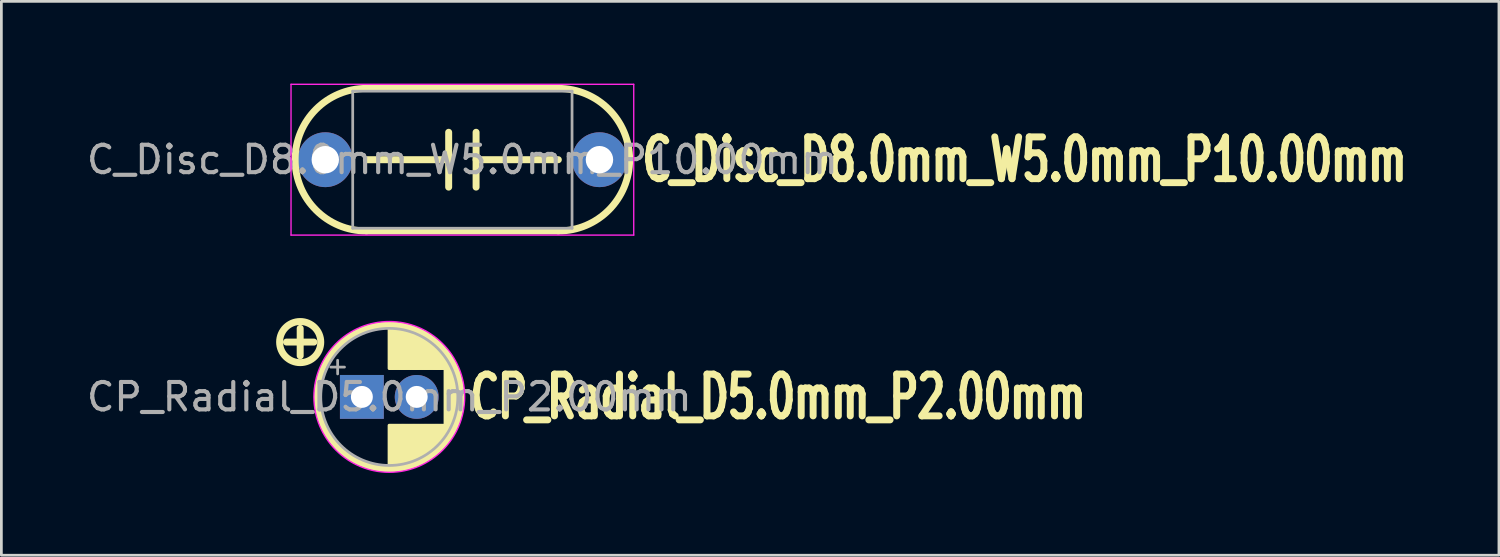
<source format=kicad_pcb>
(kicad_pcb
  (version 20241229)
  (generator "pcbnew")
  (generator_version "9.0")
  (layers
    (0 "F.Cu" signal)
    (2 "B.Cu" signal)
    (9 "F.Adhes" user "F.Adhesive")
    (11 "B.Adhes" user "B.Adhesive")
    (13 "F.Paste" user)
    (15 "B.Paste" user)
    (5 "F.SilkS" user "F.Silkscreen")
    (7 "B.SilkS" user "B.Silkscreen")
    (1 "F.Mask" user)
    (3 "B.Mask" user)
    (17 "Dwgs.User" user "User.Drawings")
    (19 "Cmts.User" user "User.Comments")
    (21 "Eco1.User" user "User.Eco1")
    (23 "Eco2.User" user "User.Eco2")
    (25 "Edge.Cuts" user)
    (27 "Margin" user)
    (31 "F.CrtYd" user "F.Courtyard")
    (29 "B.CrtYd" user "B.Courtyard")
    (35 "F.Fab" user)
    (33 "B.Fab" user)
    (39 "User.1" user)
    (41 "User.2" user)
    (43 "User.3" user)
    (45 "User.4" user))
  (footprint "CP_Radial_D5.0mm_P2.00mm"
    (layer "F.Cu")
    (at 10.149 11.427)
    (property "Reference" "CP_Radial_D5.0mm_P2.00mm" (at 3.81 0 0) (layer "F.SilkS") (effects (font (size 1.524 1.016) (thickness 0.254)) (justify left)))
    (attr through_hole)
    (fp_line (start -2.25 -2.5) (end -2.25 -1.5) (stroke (width 0.254) (type solid)) (layer "F.SilkS"))
    (fp_line (start -1.75 -2) (end -2.75 -2) (stroke (width 0.254) (type solid)) (layer "F.SilkS"))
    (fp_line (start 1 -2.58) (end 1 -1.04) (stroke (width 0.12) (type solid)) (layer "F.SilkS"))
    (fp_line (start 1 1.04) (end 1 2.58) (stroke (width 0.12) (type solid)) (layer "F.SilkS"))
    (fp_line (start 1.04 -2.58) (end 1.04 -1.04) (stroke (width 0.12) (type solid)) (layer "F.SilkS"))
    (fp_line (start 1.04 1.04) (end 1.04 2.58) (stroke (width 0.12) (type solid)) (layer "F.SilkS"))
    (fp_line (start 1.08 -2.579) (end 1.08 -1.04) (stroke (width 0.12) (type solid)) (layer "F.SilkS"))
    (fp_line (start 1.08 1.04) (end 1.08 2.579) (stroke (width 0.12) (type solid)) (layer "F.SilkS"))
    (fp_line (start 1.12 -2.578) (end 1.12 -1.04) (stroke (width 0.12) (type solid)) (layer "F.SilkS"))
    (fp_line (start 1.12 1.04) (end 1.12 2.578) (stroke (width 0.12) (type solid)) (layer "F.SilkS"))
    (fp_line (start 1.16 -2.576) (end 1.16 -1.04) (stroke (width 0.12) (type solid)) (layer "F.SilkS"))
    (fp_line (start 1.16 1.04) (end 1.16 2.576) (stroke (width 0.12) (type solid)) (layer "F.SilkS"))
    (fp_line (start 1.2 -2.573) (end 1.2 -1.04) (stroke (width 0.12) (type solid)) (layer "F.SilkS"))
    (fp_line (start 1.2 1.04) (end 1.2 2.573) (stroke (width 0.12) (type solid)) (layer "F.SilkS"))
    (fp_line (start 1.24 -2.569) (end 1.24 -1.04) (stroke (width 0.12) (type solid)) (layer "F.SilkS"))
    (fp_line (start 1.24 1.04) (end 1.24 2.569) (stroke (width 0.12) (type solid)) (layer "F.SilkS"))
    (fp_line (start 1.28 -2.565) (end 1.28 -1.04) (stroke (width 0.12) (type solid)) (layer "F.SilkS"))
    (fp_line (start 1.28 1.04) (end 1.28 2.565) (stroke (width 0.12) (type solid)) (layer "F.SilkS"))
    (fp_line (start 1.32 -2.561) (end 1.32 -1.04) (stroke (width 0.12) (type solid)) (layer "F.SilkS"))
    (fp_line (start 1.32 1.04) (end 1.32 2.561) (stroke (width 0.12) (type solid)) (layer "F.SilkS"))
    (fp_line (start 1.36 -2.556) (end 1.36 -1.04) (stroke (width 0.12) (type solid)) (layer "F.SilkS"))
    (fp_line (start 1.36 1.04) (end 1.36 2.556) (stroke (width 0.12) (type solid)) (layer "F.SilkS"))
    (fp_line (start 1.4 -2.55) (end 1.4 -1.04) (stroke (width 0.12) (type solid)) (layer "F.SilkS"))
    (fp_line (start 1.4 1.04) (end 1.4 2.55) (stroke (width 0.12) (type solid)) (layer "F.SilkS"))
    (fp_line (start 1.44 -2.543) (end 1.44 -1.04) (stroke (width 0.12) (type solid)) (layer "F.SilkS"))
    (fp_line (start 1.44 1.04) (end 1.44 2.543) (stroke (width 0.12) (type solid)) (layer "F.SilkS"))
    (fp_line (start 1.48 -2.536) (end 1.48 -1.04) (stroke (width 0.12) (type solid)) (layer "F.SilkS"))
    (fp_line (start 1.48 1.04) (end 1.48 2.536) (stroke (width 0.12) (type solid)) (layer "F.SilkS"))
    (fp_line (start 1.52 -2.528) (end 1.52 -1.04) (stroke (width 0.12) (type solid)) (layer "F.SilkS"))
    (fp_line (start 1.52 1.04) (end 1.52 2.528) (stroke (width 0.12) (type solid)) (layer "F.SilkS"))
    (fp_line (start 1.56 -2.52) (end 1.56 -1.04) (stroke (width 0.12) (type solid)) (layer "F.SilkS"))
    (fp_line (start 1.56 1.04) (end 1.56 2.52) (stroke (width 0.12) (type solid)) (layer "F.SilkS"))
    (fp_line (start 1.6 -2.511) (end 1.6 -1.04) (stroke (width 0.12) (type solid)) (layer "F.SilkS"))
    (fp_line (start 1.6 1.04) (end 1.6 2.511) (stroke (width 0.12) (type solid)) (layer "F.SilkS"))
    (fp_line (start 1.64 -2.501) (end 1.64 -1.04) (stroke (width 0.12) (type solid)) (layer "F.SilkS"))
    (fp_line (start 1.64 1.04) (end 1.64 2.501) (stroke (width 0.12) (type solid)) (layer "F.SilkS"))
    (fp_line (start 1.68 -2.491) (end 1.68 -1.04) (stroke (width 0.12) (type solid)) (layer "F.SilkS"))
    (fp_line (start 1.68 1.04) (end 1.68 2.491) (stroke (width 0.12) (type solid)) (layer "F.SilkS"))
    (fp_line (start 1.721 -2.48) (end 1.721 -1.04) (stroke (width 0.12) (type solid)) (layer "F.SilkS"))
    (fp_line (start 1.721 1.04) (end 1.721 2.48) (stroke (width 0.12) (type solid)) (layer "F.SilkS"))
    (fp_line (start 1.761 -2.468) (end 1.761 -1.04) (stroke (width 0.12) (type solid)) (layer "F.SilkS"))
    (fp_line (start 1.761 1.04) (end 1.761 2.468) (stroke (width 0.12) (type solid)) (layer "F.SilkS"))
    (fp_line (start 1.801 -2.455) (end 1.801 -1.04) (stroke (width 0.12) (type solid)) (layer "F.SilkS"))
    (fp_line (start 1.801 1.04) (end 1.801 2.455) (stroke (width 0.12) (type solid)) (layer "F.SilkS"))
    (fp_line (start 1.841 -2.442) (end 1.841 -1.04) (stroke (width 0.12) (type solid)) (layer "F.SilkS"))
    (fp_line (start 1.841 1.04) (end 1.841 2.442) (stroke (width 0.12) (type solid)) (layer "F.SilkS"))
    (fp_line (start 1.881 -2.428) (end 1.881 -1.04) (stroke (width 0.12) (type solid)) (layer "F.SilkS"))
    (fp_line (start 1.881 1.04) (end 1.881 2.428) (stroke (width 0.12) (type solid)) (layer "F.SilkS"))
    (fp_line (start 1.921 -2.414) (end 1.921 -1.04) (stroke (width 0.12) (type solid)) (layer "F.SilkS"))
    (fp_line (start 1.921 1.04) (end 1.921 2.414) (stroke (width 0.12) (type solid)) (layer "F.SilkS"))
    (fp_line (start 1.961 -2.398) (end 1.961 -1.04) (stroke (width 0.12) (type solid)) (layer "F.SilkS"))
    (fp_line (start 1.961 1.04) (end 1.961 2.398) (stroke (width 0.12) (type solid)) (layer "F.SilkS"))
    (fp_line (start 2.001 -2.382) (end 2.001 -1.04) (stroke (width 0.12) (type solid)) (layer "F.SilkS"))
    (fp_line (start 2.001 1.04) (end 2.001 2.382) (stroke (width 0.12) (type solid)) (layer "F.SilkS"))
    (fp_line (start 2.041 -2.365) (end 2.041 -1.04) (stroke (width 0.12) (type solid)) (layer "F.SilkS"))
    (fp_line (start 2.041 1.04) (end 2.041 2.365) (stroke (width 0.12) (type solid)) (layer "F.SilkS"))
    (fp_line (start 2.081 -2.348) (end 2.081 -1.04) (stroke (width 0.12) (type solid)) (layer "F.SilkS"))
    (fp_line (start 2.081 1.04) (end 2.081 2.348) (stroke (width 0.12) (type solid)) (layer "F.SilkS"))
    (fp_line (start 2.121 -2.329) (end 2.121 -1.04) (stroke (width 0.12) (type solid)) (layer "F.SilkS"))
    (fp_line (start 2.121 1.04) (end 2.121 2.329) (stroke (width 0.12) (type solid)) (layer "F.SilkS"))
    (fp_line (start 2.161 -2.31) (end 2.161 -1.04) (stroke (width 0.12) (type solid)) (layer "F.SilkS"))
    (fp_line (start 2.161 1.04) (end 2.161 2.31) (stroke (width 0.12) (type solid)) (layer "F.SilkS"))
    (fp_line (start 2.201 -2.29) (end 2.201 -1.04) (stroke (width 0.12) (type solid)) (layer "F.SilkS"))
    (fp_line (start 2.201 1.04) (end 2.201 2.29) (stroke (width 0.12) (type solid)) (layer "F.SilkS"))
    (fp_line (start 2.241 -2.268) (end 2.241 -1.04) (stroke (width 0.12) (type solid)) (layer "F.SilkS"))
    (fp_line (start 2.241 1.04) (end 2.241 2.268) (stroke (width 0.12) (type solid)) (layer "F.SilkS"))
    (fp_line (start 2.281 -2.247) (end 2.281 -1.04) (stroke (width 0.12) (type solid)) (layer "F.SilkS"))
    (fp_line (start 2.281 1.04) (end 2.281 2.247) (stroke (width 0.12) (type solid)) (layer "F.SilkS"))
    (fp_line (start 2.321 -2.224) (end 2.321 -1.04) (stroke (width 0.12) (type solid)) (layer "F.SilkS"))
    (fp_line (start 2.321 1.04) (end 2.321 2.224) (stroke (width 0.12) (type solid)) (layer "F.SilkS"))
    (fp_line (start 2.361 -2.2) (end 2.361 -1.04) (stroke (width 0.12) (type solid)) (layer "F.SilkS"))
    (fp_line (start 2.361 1.04) (end 2.361 2.2) (stroke (width 0.12) (type solid)) (layer "F.SilkS"))
    (fp_line (start 2.401 -2.175) (end 2.401 -1.04) (stroke (width 0.12) (type solid)) (layer "F.SilkS"))
    (fp_line (start 2.401 1.04) (end 2.401 2.175) (stroke (width 0.12) (type solid)) (layer "F.SilkS"))
    (fp_line (start 2.441 -2.149) (end 2.441 -1.04) (stroke (width 0.12) (type solid)) (layer "F.SilkS"))
    (fp_line (start 2.441 1.04) (end 2.441 2.149) (stroke (width 0.12) (type solid)) (layer "F.SilkS"))
    (fp_line (start 2.481 -2.122) (end 2.481 -1.04) (stroke (width 0.12) (type solid)) (layer "F.SilkS"))
    (fp_line (start 2.481 1.04) (end 2.481 2.122) (stroke (width 0.12) (type solid)) (layer "F.SilkS"))
    (fp_line (start 2.521 -2.095) (end 2.521 -1.04) (stroke (width 0.12) (type solid)) (layer "F.SilkS"))
    (fp_line (start 2.521 1.04) (end 2.521 2.095) (stroke (width 0.12) (type solid)) (layer "F.SilkS"))
    (fp_line (start 2.561 -2.065) (end 2.561 -1.04) (stroke (width 0.12) (type solid)) (layer "F.SilkS"))
    (fp_line (start 2.561 1.04) (end 2.561 2.065) (stroke (width 0.12) (type solid)) (layer "F.SilkS"))
    (fp_line (start 2.601 -2.035) (end 2.601 -1.04) (stroke (width 0.12) (type solid)) (layer "F.SilkS"))
    (fp_line (start 2.601 1.04) (end 2.601 2.035) (stroke (width 0.12) (type solid)) (layer "F.SilkS"))
    (fp_line (start 2.641 -2.004) (end 2.641 -1.04) (stroke (width 0.12) (type solid)) (layer "F.SilkS"))
    (fp_line (start 2.641 1.04) (end 2.641 2.004) (stroke (width 0.12) (type solid)) (layer "F.SilkS"))
    (fp_line (start 2.681 -1.971) (end 2.681 -1.04) (stroke (width 0.12) (type solid)) (layer "F.SilkS"))
    (fp_line (start 2.681 1.04) (end 2.681 1.971) (stroke (width 0.12) (type solid)) (layer "F.SilkS"))
    (fp_line (start 2.721 -1.937) (end 2.721 -1.04) (stroke (width 0.12) (type solid)) (layer "F.SilkS"))
    (fp_line (start 2.721 1.04) (end 2.721 1.937) (stroke (width 0.12) (type solid)) (layer "F.SilkS"))
    (fp_line (start 2.761 -1.901) (end 2.761 -1.04) (stroke (width 0.12) (type solid)) (layer "F.SilkS"))
    (fp_line (start 2.761 1.04) (end 2.761 1.901) (stroke (width 0.12) (type solid)) (layer "F.SilkS"))
    (fp_line (start 2.801 -1.864) (end 2.801 -1.04) (stroke (width 0.12) (type solid)) (layer "F.SilkS"))
    (fp_line (start 2.801 1.04) (end 2.801 1.864) (stroke (width 0.12) (type solid)) (layer "F.SilkS"))
    (fp_line (start 2.841 -1.826) (end 2.841 -1.04) (stroke (width 0.12) (type solid)) (layer "F.SilkS"))
    (fp_line (start 2.841 1.04) (end 2.841 1.826) (stroke (width 0.12) (type solid)) (layer "F.SilkS"))
    (fp_line (start 2.881 -1.785) (end 2.881 -1.04) (stroke (width 0.12) (type solid)) (layer "F.SilkS"))
    (fp_line (start 2.881 1.04) (end 2.881 1.785) (stroke (width 0.12) (type solid)) (layer "F.SilkS"))
    (fp_line (start 2.921 -1.743) (end 2.921 -1.04) (stroke (width 0.12) (type solid)) (layer "F.SilkS"))
    (fp_line (start 2.921 1.04) (end 2.921 1.743) (stroke (width 0.12) (type solid)) (layer "F.SilkS"))
    (fp_line (start 2.961 -1.699) (end 2.961 -1.04) (stroke (width 0.12) (type solid)) (layer "F.SilkS"))
    (fp_line (start 2.961 1.04) (end 2.961 1.699) (stroke (width 0.12) (type solid)) (layer "F.SilkS"))
    (fp_line (start 3.001 -1.653) (end 3.001 -1.04) (stroke (width 0.12) (type solid)) (layer "F.SilkS"))
    (fp_line (start 3.001 1.04) (end 3.001 1.653) (stroke (width 0.12) (type solid)) (layer "F.SilkS"))
    (fp_line (start 3.041 -1.605) (end 3.041 1.605) (stroke (width 0.12) (type solid)) (layer "F.SilkS"))
    (fp_line (start 3.081 -1.554) (end 3.081 1.554) (stroke (width 0.12) (type solid)) (layer "F.SilkS"))
    (fp_line (start 3.121 -1.5) (end 3.121 1.5) (stroke (width 0.12) (type solid)) (layer "F.SilkS"))
    (fp_line (start 3.161 -1.443) (end 3.161 1.443) (stroke (width 0.12) (type solid)) (layer "F.SilkS"))
    (fp_line (start 3.201 -1.383) (end 3.201 1.383) (stroke (width 0.12) (type solid)) (layer "F.SilkS"))
    (fp_line (start 3.241 -1.319) (end 3.241 1.319) (stroke (width 0.12) (type solid)) (layer "F.SilkS"))
    (fp_line (start 3.281 -1.251) (end 3.281 1.251) (stroke (width 0.12) (type solid)) (layer "F.SilkS"))
    (fp_line (start 3.321 -1.178) (end 3.321 1.178) (stroke (width 0.12) (type solid)) (layer "F.SilkS"))
    (fp_line (start 3.361 -1.098) (end 3.361 1.098) (stroke (width 0.12) (type solid)) (layer "F.SilkS"))
    (fp_line (start 3.401 -1.011) (end 3.401 1.011) (stroke (width 0.12) (type solid)) (layer "F.SilkS"))
    (fp_line (start 3.441 -0.915) (end 3.441 0.915) (stroke (width 0.12) (type solid)) (layer "F.SilkS"))
    (fp_line (start 3.481 -0.805) (end 3.481 0.805) (stroke (width 0.12) (type solid)) (layer "F.SilkS"))
    (fp_line (start 3.521 -0.677) (end 3.521 0.677) (stroke (width 0.12) (type solid)) (layer "F.SilkS"))
    (fp_line (start 3.561 -0.518) (end 3.561 0.518) (stroke (width 0.12) (type solid)) (layer "F.SilkS"))
    (fp_line (start 3.601 -0.284) (end 3.601 0.284) (stroke (width 0.12) (type solid)) (layer "F.SilkS"))
    (fp_circle (center -2.25 -2) (end -1.5 -2) (stroke (width 0.254) (type solid)) (fill no) (layer "F.SilkS"))
    (fp_circle (center 1 0) (end 3.62 0) (stroke (width 0.254) (type solid)) (fill no) (layer "F.SilkS"))
    (fp_circle (center 1 0) (end 3.75 0) (stroke (width 0.05) (type solid)) (fill no) (layer "F.CrtYd"))
    (fp_line (start -1.134 -1.087) (end -0.634 -1.087) (stroke (width 0.1) (type solid)) (layer "F.Fab"))
    (fp_line (start -0.884 -1.337) (end -0.884 -0.838) (stroke (width 0.1) (type solid)) (layer "F.Fab"))
    (fp_circle (center 1 0) (end 3.5 0) (stroke (width 0.1) (type solid)) (fill no) (layer "F.Fab"))
    (fp_text user "${REFERENCE}" (at 1 0 0) (layer "F.Fab") (effects (font (size 1 1) (thickness 0.15))))
    (pad "1" thru_hole rect (at 0 0) (size 1.6 1.6) (drill 0.8) (layers "*.Cu" "*.Mask"))
    (pad "2" thru_hole circle (at 2 0) (size 1.6 1.6) (drill 0.8) (layers "*.Cu" "*.Mask")))
  (footprint "C_Disc_D8.0mm_W5.0mm_P10.00mm"
    (layer "F.Cu")
    (at 8.815 2.775)
    (property "Reference" "C_Disc_D8.0mm_W5.0mm_P10.00mm" (at 11.43 0 0) (layer "F.SilkS") (effects (font (size 1.524 1.016) (thickness 0.254)) (justify left)))
    (attr through_hole)
    (fp_line (start 4.5 -1) (end 4.5 1) (stroke (width 0.254) (type solid)) (layer "F.SilkS"))
    (fp_line (start 4.5 0) (end 1.5 0) (stroke (width 0.254) (type solid)) (layer "F.SilkS"))
    (fp_line (start 5.5 -1) (end 5.5 1) (stroke (width 0.254) (type solid)) (layer "F.SilkS"))
    (fp_line (start 5.5 0) (end 8.5 0) (stroke (width 0.254) (type solid)) (layer "F.SilkS"))
    (fp_line (start 8.5 -2.6) (end 1.5 -2.6) (stroke (width 0.254) (type solid)) (layer "F.SilkS"))
    (fp_line (start 8.5 2.6) (end 1.5 2.6) (stroke (width 0.254) (type solid)) (layer "F.SilkS"))
    (fp_arc (start 1.5 2.6) (mid -1.1 0) (end 1.5 -2.6) (stroke (width 0.254) (type solid)) (layer "F.SilkS"))
    (fp_arc (start 8.5 -2.6) (mid 11.1 0) (end 8.5 2.6) (stroke (width 0.254) (type solid)) (layer "F.SilkS"))
    (fp_line (start -1.25 -2.75) (end -1.25 2.75) (stroke (width 0.05) (type solid)) (layer "F.CrtYd"))
    (fp_line (start -1.25 2.75) (end 11.25 2.75) (stroke (width 0.05) (type solid)) (layer "F.CrtYd"))
    (fp_line (start 11.25 -2.75) (end -1.25 -2.75) (stroke (width 0.05) (type solid)) (layer "F.CrtYd"))
    (fp_line (start 11.25 2.75) (end 11.25 -2.75) (stroke (width 0.05) (type solid)) (layer "F.CrtYd"))
    (fp_line (start 1 -2.5) (end 1 2.5) (stroke (width 0.1) (type solid)) (layer "F.Fab"))
    (fp_line (start 1 2.5) (end 9 2.5) (stroke (width 0.1) (type solid)) (layer "F.Fab"))
    (fp_line (start 9 -2.5) (end 1 -2.5) (stroke (width 0.1) (type solid)) (layer "F.Fab"))
    (fp_line (start 9 2.5) (end 9 -2.5) (stroke (width 0.1) (type solid)) (layer "F.Fab"))
    (fp_text user "${REFERENCE}" (at 5 0 0) (layer "F.Fab") (effects (font (size 1 1) (thickness 0.15))))
    (pad "1" thru_hole circle (at 0 0) (size 2 2) (drill 1) (layers "*.Cu" "*.Mask"))
    (pad "2" thru_hole circle (at 10 0) (size 2 2) (drill 1) (layers "*.Cu" "*.Mask")))
  (gr_rect
    (start -3 -3)
    (end 51.623 17.202)
    (stroke (width 0.1) (type default))
    (fill no)
    (layer "Edge.Cuts")))
</source>
